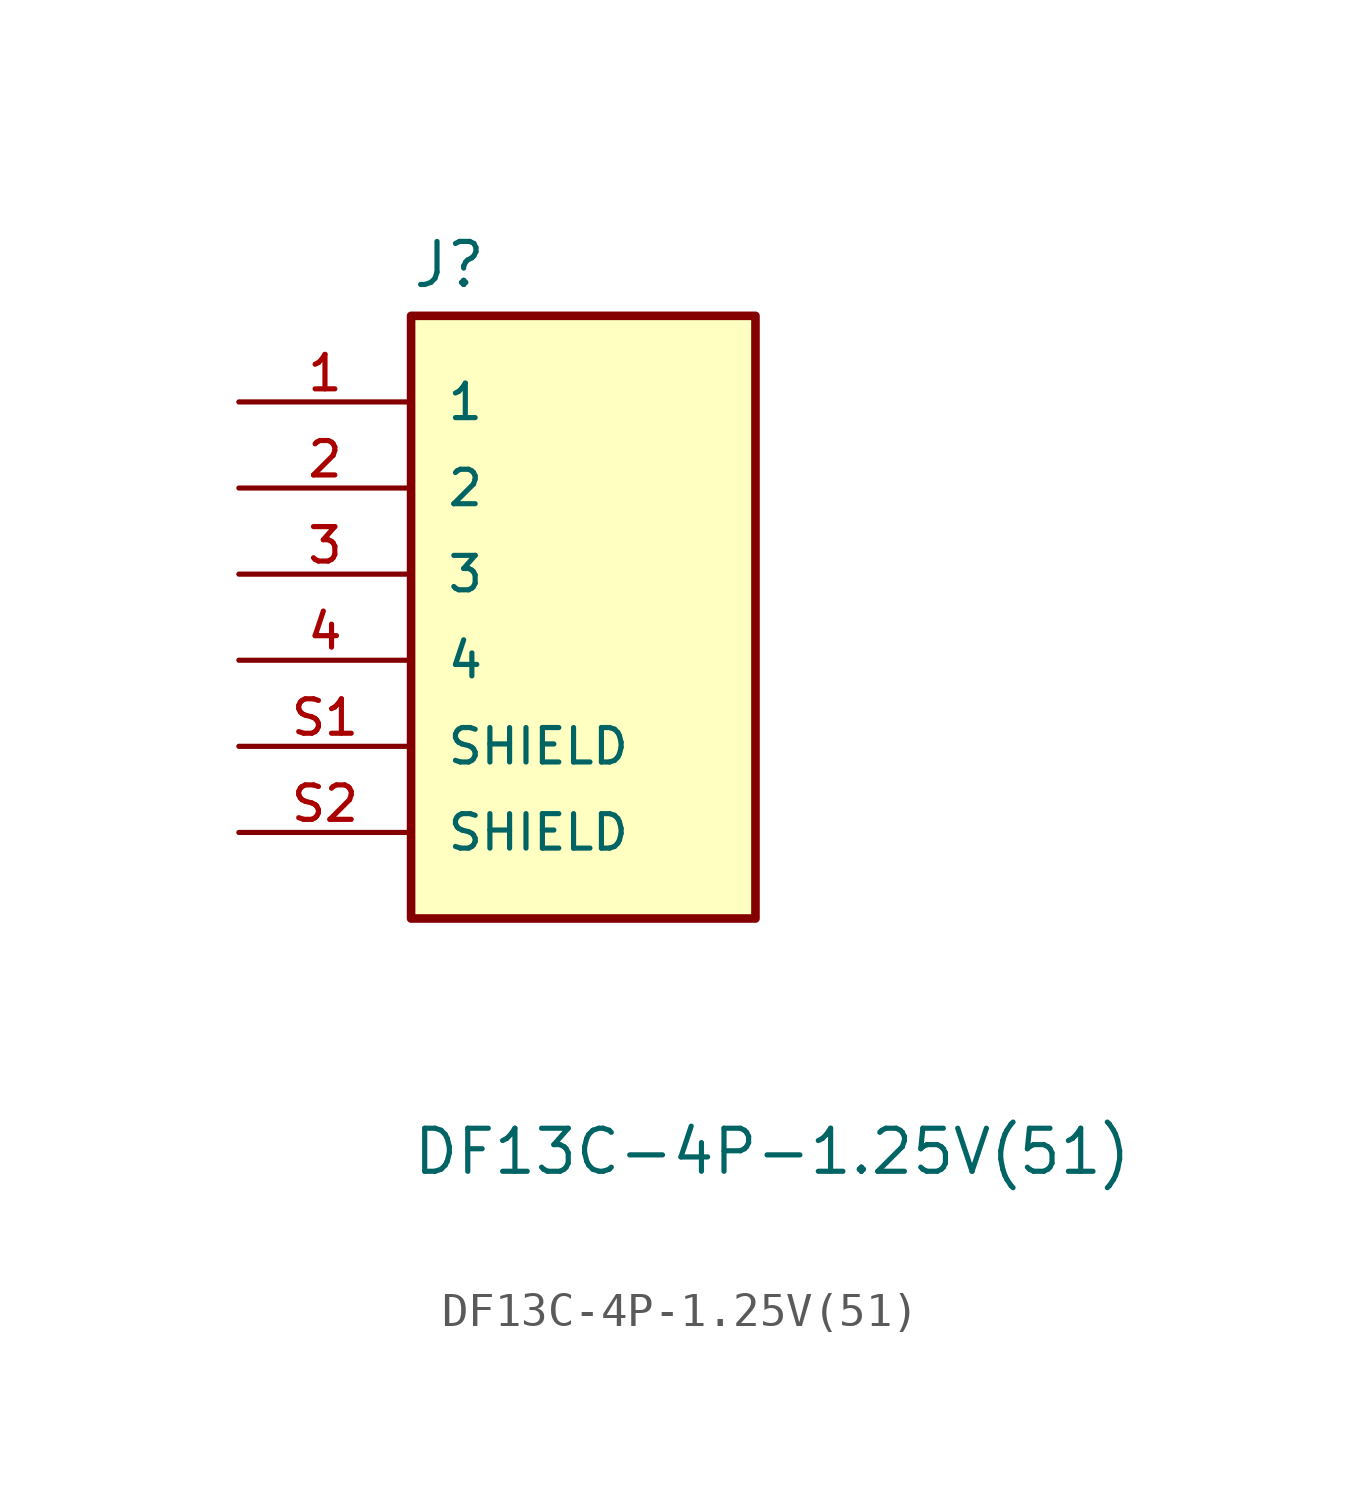
<source format=kicad_sym>
(kicad_symbol_lib
  (version 20211014)
  (generator kicad_symbol_editor)
  (symbol "DF13C-4P-1.25V(51)"
    (pin_names
      (offset 1.016))
    (property "Reference" "J"
      (at -5.08 13.462 0)
      (effects (font (size 1.27 1.27)) (justify left bottom)))
    (property "Value" "DF13C-4P-1.25V(51)"
      (at -5.08 -12.7 0)
      (effects (font (size 1.27 1.27)) (justify left bottom)))
    (symbol "DF13C-4P-1.25V(51)_0_0"
      (rectangle (start -5.08 12.7) (end 5.08 -5.08) (stroke (width 0.254) (type default) (color 0 0 0 0)) (fill (type background)))
      (pin passive line (at -10.16 10.16 0) (length 5.08) (name "1" (effects (font (size 1.016 1.016)))) (number "1" (effects (font (size 1.016 1.016)))))
      (pin passive line (at -10.16 7.62 0) (length 5.08) (name "2" (effects (font (size 1.016 1.016)))) (number "2" (effects (font (size 1.016 1.016)))))
      (pin passive line (at -10.16 5.08 0) (length 5.08) (name "3" (effects (font (size 1.016 1.016)))) (number "3" (effects (font (size 1.016 1.016)))))
      (pin passive line (at -10.16 2.54 0) (length 5.08) (name "4" (effects (font (size 1.016 1.016)))) (number "4" (effects (font (size 1.016 1.016)))))
      (pin passive line (at -10.16 0 0) (length 5.08) (name "SHIELD" (effects (font (size 1.016 1.016)))) (number "S1" (effects (font (size 1.016 1.016)))))
      (pin passive line (at -10.16 -2.54 0) (length 5.08) (name "SHIELD" (effects (font (size 1.016 1.016)))) (number "S2" (effects (font (size 1.016 1.016))))))))
</source>
